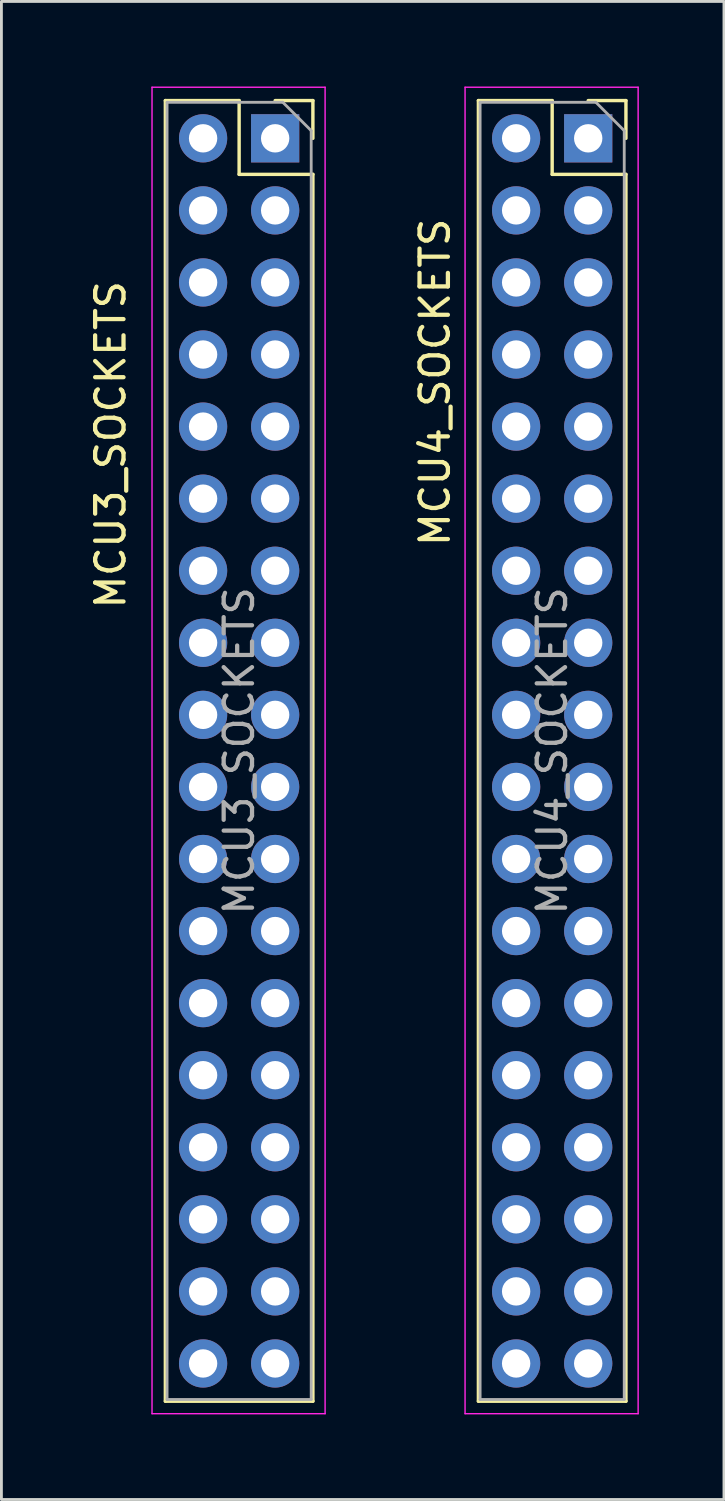
<source format=kicad_pcb>
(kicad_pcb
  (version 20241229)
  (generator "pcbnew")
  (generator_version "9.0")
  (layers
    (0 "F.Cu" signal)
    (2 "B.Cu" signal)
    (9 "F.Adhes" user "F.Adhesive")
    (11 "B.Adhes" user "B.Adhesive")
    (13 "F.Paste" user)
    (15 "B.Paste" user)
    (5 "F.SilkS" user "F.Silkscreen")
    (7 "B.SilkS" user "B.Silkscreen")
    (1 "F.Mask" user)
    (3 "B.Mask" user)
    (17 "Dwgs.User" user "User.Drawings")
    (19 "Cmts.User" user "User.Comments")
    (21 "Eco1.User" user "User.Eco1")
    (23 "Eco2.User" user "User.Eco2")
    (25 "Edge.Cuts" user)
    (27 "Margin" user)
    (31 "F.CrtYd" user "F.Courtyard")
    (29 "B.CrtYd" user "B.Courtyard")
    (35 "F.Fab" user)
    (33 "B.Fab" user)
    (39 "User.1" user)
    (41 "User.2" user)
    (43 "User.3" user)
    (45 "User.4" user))
  (footprint "MCU4_SOCKETS"
    (layer "F.Cu")
    (at 17.681 1.825)
    (property "Reference" "MCU4_SOCKETS" (at -5.4 8.6 90) (layer "F.SilkS") (effects (font (size 1 1) (thickness 0.15))))
    (attr through_hole)
    (fp_line (start -3.87 -1.33) (end -3.87 44.51) (stroke (width 0.12) (type solid)) (layer "F.SilkS"))
    (fp_line (start -3.87 -1.33) (end -1.27 -1.33) (stroke (width 0.12) (type solid)) (layer "F.SilkS"))
    (fp_line (start -3.87 44.51) (end 1.33 44.51) (stroke (width 0.12) (type solid)) (layer "F.SilkS"))
    (fp_line (start -1.27 -1.33) (end -1.27 1.27) (stroke (width 0.12) (type solid)) (layer "F.SilkS"))
    (fp_line (start -1.27 1.27) (end 1.33 1.27) (stroke (width 0.12) (type solid)) (layer "F.SilkS"))
    (fp_line (start 0 -1.33) (end 1.33 -1.33) (stroke (width 0.12) (type solid)) (layer "F.SilkS"))
    (fp_line (start 1.33 -1.33) (end 1.33 0) (stroke (width 0.12) (type solid)) (layer "F.SilkS"))
    (fp_line (start 1.33 1.27) (end 1.33 44.51) (stroke (width 0.12) (type solid)) (layer "F.SilkS"))
    (fp_line (start -4.34 -1.8) (end 1.76 -1.8) (stroke (width 0.05) (type solid)) (layer "F.CrtYd"))
    (fp_line (start -4.34 44.95) (end -4.34 -1.8) (stroke (width 0.05) (type solid)) (layer "F.CrtYd"))
    (fp_line (start 1.76 -1.8) (end 1.76 44.95) (stroke (width 0.05) (type solid)) (layer "F.CrtYd"))
    (fp_line (start 1.76 44.95) (end -4.34 44.95) (stroke (width 0.05) (type solid)) (layer "F.CrtYd"))
    (fp_line (start -3.81 -1.27) (end 0.27 -1.27) (stroke (width 0.1) (type solid)) (layer "F.Fab"))
    (fp_line (start -3.81 44.45) (end -3.81 -1.27) (stroke (width 0.1) (type solid)) (layer "F.Fab"))
    (fp_line (start 0.27 -1.27) (end 1.27 -0.27) (stroke (width 0.1) (type solid)) (layer "F.Fab"))
    (fp_line (start 1.27 -0.27) (end 1.27 44.45) (stroke (width 0.1) (type solid)) (layer "F.Fab"))
    (fp_line (start 1.27 44.45) (end -3.81 44.45) (stroke (width 0.1) (type solid)) (layer "F.Fab"))
    (fp_text user "${REFERENCE}" (at -1.27 21.59 270) (layer "F.Fab") (effects (font (size 1 1) (thickness 0.15))))
    (pad "109" thru_hole rect (at 0 0) (size 1.7 1.7) (drill 1) (layers "*.Cu" "*.Mask"))
    (pad "110" thru_hole oval (at -2.54 0) (size 1.7 1.7) (drill 1) (layers "*.Cu" "*.Mask"))
    (pad "111" thru_hole oval (at 0 2.54) (size 1.7 1.7) (drill 1) (layers "*.Cu" "*.Mask"))
    (pad "112" thru_hole oval (at -2.54 2.54) (size 1.7 1.7) (drill 1) (layers "*.Cu" "*.Mask"))
    (pad "113" thru_hole oval (at 0 5.08) (size 1.7 1.7) (drill 1) (layers "*.Cu" "*.Mask"))
    (pad "114" thru_hole oval (at -2.54 5.08) (size 1.7 1.7) (drill 1) (layers "*.Cu" "*.Mask"))
    (pad "115" thru_hole oval (at 0 7.62) (size 1.7 1.7) (drill 1) (layers "*.Cu" "*.Mask"))
    (pad "116" thru_hole oval (at -2.54 7.62) (size 1.7 1.7) (drill 1) (layers "*.Cu" "*.Mask"))
    (pad "117" thru_hole oval (at 0 10.16) (size 1.7 1.7) (drill 1) (layers "*.Cu" "*.Mask"))
    (pad "118" thru_hole oval (at -2.54 10.16) (size 1.7 1.7) (drill 1) (layers "*.Cu" "*.Mask"))
    (pad "119" thru_hole oval (at 0 12.7) (size 1.7 1.7) (drill 1) (layers "*.Cu" "*.Mask"))
    (pad "120" thru_hole oval (at -2.54 12.7) (size 1.7 1.7) (drill 1) (layers "*.Cu" "*.Mask"))
    (pad "121" thru_hole oval (at 0 15.24) (size 1.7 1.7) (drill 1) (layers "*.Cu" "*.Mask"))
    (pad "122" thru_hole oval (at -2.54 15.24) (size 1.7 1.7) (drill 1) (layers "*.Cu" "*.Mask"))
    (pad "123" thru_hole oval (at 0 17.78) (size 1.7 1.7) (drill 1) (layers "*.Cu" "*.Mask"))
    (pad "124" thru_hole oval (at -2.54 17.78) (size 1.7 1.7) (drill 1) (layers "*.Cu" "*.Mask"))
    (pad "125" thru_hole oval (at 0 20.32) (size 1.7 1.7) (drill 1) (layers "*.Cu" "*.Mask"))
    (pad "126" thru_hole oval (at -2.54 20.32) (size 1.7 1.7) (drill 1) (layers "*.Cu" "*.Mask"))
    (pad "127" thru_hole oval (at 0 22.86) (size 1.7 1.7) (drill 1) (layers "*.Cu" "*.Mask"))
    (pad "128" thru_hole oval (at -2.54 22.86) (size 1.7 1.7) (drill 1) (layers "*.Cu" "*.Mask"))
    (pad "129" thru_hole oval (at 0 25.4) (size 1.7 1.7) (drill 1) (layers "*.Cu" "*.Mask"))
    (pad "130" thru_hole oval (at -2.54 25.4) (size 1.7 1.7) (drill 1) (layers "*.Cu" "*.Mask"))
    (pad "131" thru_hole oval (at 0 27.94) (size 1.7 1.7) (drill 1) (layers "*.Cu" "*.Mask"))
    (pad "132" thru_hole oval (at -2.54 27.94) (size 1.7 1.7) (drill 1) (layers "*.Cu" "*.Mask"))
    (pad "133" thru_hole oval (at 0 30.48) (size 1.7 1.7) (drill 1) (layers "*.Cu" "*.Mask"))
    (pad "134" thru_hole oval (at -2.54 30.48) (size 1.7 1.7) (drill 1) (layers "*.Cu" "*.Mask"))
    (pad "135" thru_hole oval (at 0 33.02) (size 1.7 1.7) (drill 1) (layers "*.Cu" "*.Mask"))
    (pad "136" thru_hole oval (at -2.54 33.02) (size 1.7 1.7) (drill 1) (layers "*.Cu" "*.Mask"))
    (pad "137" thru_hole oval (at 0 35.56) (size 1.7 1.7) (drill 1) (layers "*.Cu" "*.Mask"))
    (pad "138" thru_hole oval (at -2.54 35.56) (size 1.7 1.7) (drill 1) (layers "*.Cu" "*.Mask"))
    (pad "139" thru_hole oval (at 0 38.1) (size 1.7 1.7) (drill 1) (layers "*.Cu" "*.Mask"))
    (pad "140" thru_hole oval (at -2.54 38.1) (size 1.7 1.7) (drill 1) (layers "*.Cu" "*.Mask"))
    (pad "141" thru_hole oval (at 0 40.64) (size 1.7 1.7) (drill 1) (layers "*.Cu" "*.Mask"))
    (pad "142" thru_hole oval (at -2.54 40.64) (size 1.7 1.7) (drill 1) (layers "*.Cu" "*.Mask"))
    (pad "143" thru_hole oval (at 0 43.18) (size 1.7 1.7) (drill 1) (layers "*.Cu" "*.Mask"))
    (pad "144" thru_hole oval (at -2.54 43.18) (size 1.7 1.7) (drill 1) (layers "*.Cu" "*.Mask")))
  (footprint "MCU3_SOCKETS"
    (layer "F.Cu")
    (at 6.648 1.825)
    (property "Reference" "MCU3_SOCKETS" (at -5.8 10.8 90) (layer "F.SilkS") (effects (font (size 1 1) (thickness 0.15))))
    (attr through_hole)
    (fp_line (start -3.87 -1.33) (end -3.87 44.51) (stroke (width 0.12) (type solid)) (layer "F.SilkS"))
    (fp_line (start -3.87 -1.33) (end -1.27 -1.33) (stroke (width 0.12) (type solid)) (layer "F.SilkS"))
    (fp_line (start -3.87 44.51) (end 1.33 44.51) (stroke (width 0.12) (type solid)) (layer "F.SilkS"))
    (fp_line (start -1.27 -1.33) (end -1.27 1.27) (stroke (width 0.12) (type solid)) (layer "F.SilkS"))
    (fp_line (start -1.27 1.27) (end 1.33 1.27) (stroke (width 0.12) (type solid)) (layer "F.SilkS"))
    (fp_line (start 0 -1.33) (end 1.33 -1.33) (stroke (width 0.12) (type solid)) (layer "F.SilkS"))
    (fp_line (start 1.33 -1.33) (end 1.33 0) (stroke (width 0.12) (type solid)) (layer "F.SilkS"))
    (fp_line (start 1.33 1.27) (end 1.33 44.51) (stroke (width 0.12) (type solid)) (layer "F.SilkS"))
    (fp_line (start -4.34 -1.8) (end 1.76 -1.8) (stroke (width 0.05) (type solid)) (layer "F.CrtYd"))
    (fp_line (start -4.34 44.95) (end -4.34 -1.8) (stroke (width 0.05) (type solid)) (layer "F.CrtYd"))
    (fp_line (start 1.76 -1.8) (end 1.76 44.95) (stroke (width 0.05) (type solid)) (layer "F.CrtYd"))
    (fp_line (start 1.76 44.95) (end -4.34 44.95) (stroke (width 0.05) (type solid)) (layer "F.CrtYd"))
    (fp_line (start -3.81 -1.27) (end 0.27 -1.27) (stroke (width 0.1) (type solid)) (layer "F.Fab"))
    (fp_line (start -3.81 44.45) (end -3.81 -1.27) (stroke (width 0.1) (type solid)) (layer "F.Fab"))
    (fp_line (start 0.27 -1.27) (end 1.27 -0.27) (stroke (width 0.1) (type solid)) (layer "F.Fab"))
    (fp_line (start 1.27 -0.27) (end 1.27 44.45) (stroke (width 0.1) (type solid)) (layer "F.Fab"))
    (fp_line (start 1.27 44.45) (end -3.81 44.45) (stroke (width 0.1) (type solid)) (layer "F.Fab"))
    (fp_text user "${REFERENCE}" (at -1.27 21.59 90) (layer "F.Fab") (effects (font (size 1 1) (thickness 0.15))))
    (pad "73" thru_hole rect (at 0 0) (size 1.7 1.7) (drill 1) (layers "*.Cu" "*.Mask"))
    (pad "74" thru_hole oval (at -2.54 0) (size 1.7 1.7) (drill 1) (layers "*.Cu" "*.Mask"))
    (pad "75" thru_hole oval (at 0 2.54) (size 1.7 1.7) (drill 1) (layers "*.Cu" "*.Mask"))
    (pad "76" thru_hole oval (at -2.54 2.54) (size 1.7 1.7) (drill 1) (layers "*.Cu" "*.Mask"))
    (pad "77" thru_hole oval (at 0 5.08) (size 1.7 1.7) (drill 1) (layers "*.Cu" "*.Mask"))
    (pad "78" thru_hole oval (at -2.54 5.08) (size 1.7 1.7) (drill 1) (layers "*.Cu" "*.Mask"))
    (pad "79" thru_hole oval (at 0 7.62) (size 1.7 1.7) (drill 1) (layers "*.Cu" "*.Mask"))
    (pad "80" thru_hole oval (at -2.54 7.62) (size 1.7 1.7) (drill 1) (layers "*.Cu" "*.Mask"))
    (pad "81" thru_hole oval (at 0 10.16) (size 1.7 1.7) (drill 1) (layers "*.Cu" "*.Mask"))
    (pad "82" thru_hole oval (at -2.54 10.16) (size 1.7 1.7) (drill 1) (layers "*.Cu" "*.Mask"))
    (pad "83" thru_hole oval (at 0 12.7) (size 1.7 1.7) (drill 1) (layers "*.Cu" "*.Mask"))
    (pad "84" thru_hole oval (at -2.54 12.7) (size 1.7 1.7) (drill 1) (layers "*.Cu" "*.Mask"))
    (pad "85" thru_hole oval (at 0 15.24) (size 1.7 1.7) (drill 1) (layers "*.Cu" "*.Mask"))
    (pad "86" thru_hole oval (at -2.54 15.24) (size 1.7 1.7) (drill 1) (layers "*.Cu" "*.Mask"))
    (pad "87" thru_hole oval (at 0 17.78) (size 1.7 1.7) (drill 1) (layers "*.Cu" "*.Mask"))
    (pad "88" thru_hole oval (at -2.54 17.78) (size 1.7 1.7) (drill 1) (layers "*.Cu" "*.Mask"))
    (pad "89" thru_hole oval (at 0 20.32) (size 1.7 1.7) (drill 1) (layers "*.Cu" "*.Mask"))
    (pad "90" thru_hole oval (at -2.54 20.32) (size 1.7 1.7) (drill 1) (layers "*.Cu" "*.Mask"))
    (pad "91" thru_hole oval (at 0 22.86) (size 1.7 1.7) (drill 1) (layers "*.Cu" "*.Mask"))
    (pad "92" thru_hole oval (at -2.54 22.86) (size 1.7 1.7) (drill 1) (layers "*.Cu" "*.Mask"))
    (pad "93" thru_hole oval (at 0 25.4) (size 1.7 1.7) (drill 1) (layers "*.Cu" "*.Mask"))
    (pad "94" thru_hole oval (at -2.54 25.4) (size 1.7 1.7) (drill 1) (layers "*.Cu" "*.Mask"))
    (pad "95" thru_hole oval (at 0 27.94) (size 1.7 1.7) (drill 1) (layers "*.Cu" "*.Mask"))
    (pad "96" thru_hole oval (at -2.54 27.94) (size 1.7 1.7) (drill 1) (layers "*.Cu" "*.Mask"))
    (pad "97" thru_hole oval (at 0 30.48) (size 1.7 1.7) (drill 1) (layers "*.Cu" "*.Mask"))
    (pad "98" thru_hole oval (at -2.54 30.48) (size 1.7 1.7) (drill 1) (layers "*.Cu" "*.Mask"))
    (pad "99" thru_hole oval (at 0 33.02) (size 1.7 1.7) (drill 1) (layers "*.Cu" "*.Mask"))
    (pad "100" thru_hole oval (at -2.54 33.02) (size 1.7 1.7) (drill 1) (layers "*.Cu" "*.Mask"))
    (pad "101" thru_hole oval (at 0 35.56) (size 1.7 1.7) (drill 1) (layers "*.Cu" "*.Mask"))
    (pad "102" thru_hole oval (at -2.54 35.56) (size 1.7 1.7) (drill 1) (layers "*.Cu" "*.Mask"))
    (pad "103" thru_hole oval (at 0 38.1) (size 1.7 1.7) (drill 1) (layers "*.Cu" "*.Mask"))
    (pad "104" thru_hole oval (at -2.54 38.1) (size 1.7 1.7) (drill 1) (layers "*.Cu" "*.Mask"))
    (pad "105" thru_hole oval (at 0 40.64) (size 1.7 1.7) (drill 1) (layers "*.Cu" "*.Mask"))
    (pad "106" thru_hole oval (at -2.54 40.64) (size 1.7 1.7) (drill 1) (layers "*.Cu" "*.Mask"))
    (pad "107" thru_hole oval (at 0 43.18) (size 1.7 1.7) (drill 1) (layers "*.Cu" "*.Mask"))
    (pad "108" thru_hole oval (at -2.54 43.18) (size 1.7 1.7) (drill 1) (layers "*.Cu" "*.Mask")))
  (gr_rect
    (start -3 -3)
    (end 22.466 49.8)
    (stroke (width 0.1) (type default))
    (fill no)
    (layer "Edge.Cuts")))
</source>
